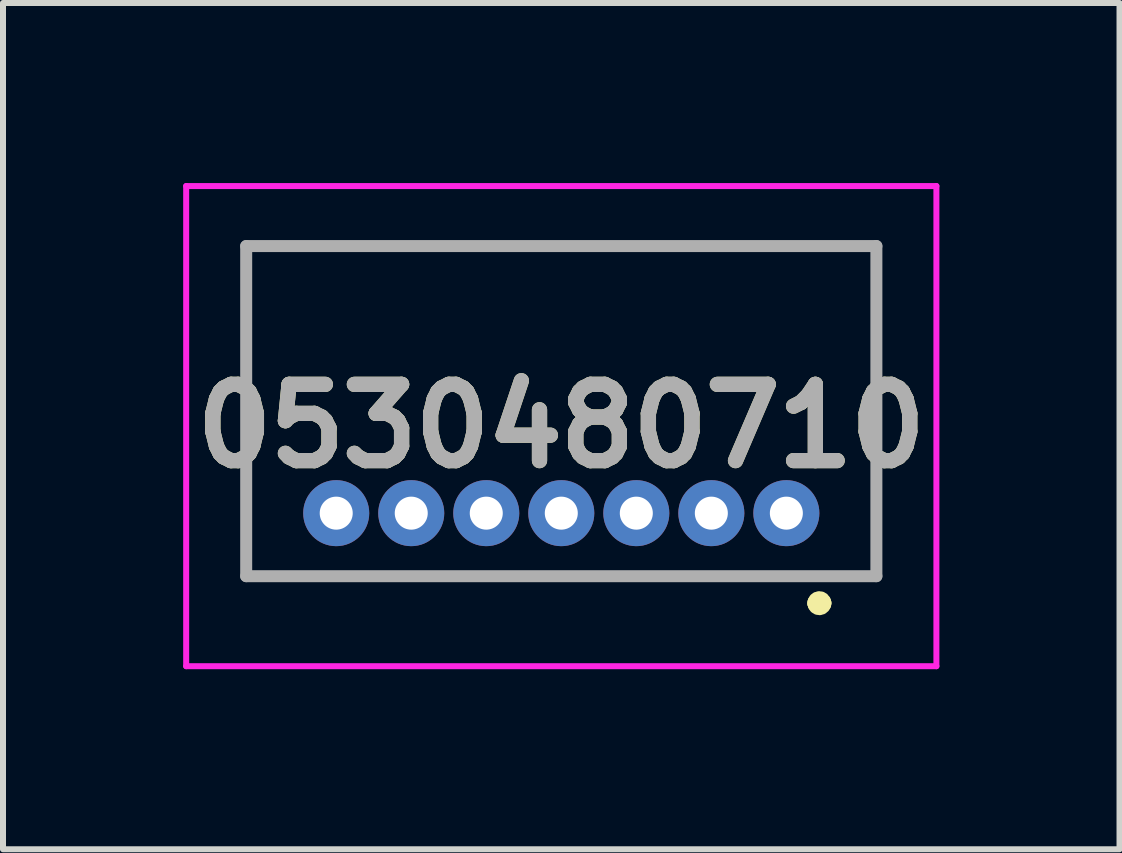
<source format=kicad_pcb>
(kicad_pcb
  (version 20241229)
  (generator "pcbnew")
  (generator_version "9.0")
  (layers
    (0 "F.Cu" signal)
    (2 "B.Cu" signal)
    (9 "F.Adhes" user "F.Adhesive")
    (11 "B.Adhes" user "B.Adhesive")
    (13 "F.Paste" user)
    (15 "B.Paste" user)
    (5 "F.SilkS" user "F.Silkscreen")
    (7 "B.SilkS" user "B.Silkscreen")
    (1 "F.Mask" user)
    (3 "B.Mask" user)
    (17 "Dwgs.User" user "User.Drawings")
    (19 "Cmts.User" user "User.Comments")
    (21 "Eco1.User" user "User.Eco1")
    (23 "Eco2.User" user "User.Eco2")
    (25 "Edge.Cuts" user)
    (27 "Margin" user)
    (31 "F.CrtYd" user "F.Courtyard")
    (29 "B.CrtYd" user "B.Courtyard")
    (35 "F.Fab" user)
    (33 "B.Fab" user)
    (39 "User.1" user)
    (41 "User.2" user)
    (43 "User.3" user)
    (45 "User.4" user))
  (footprint "0530480710"
    (layer "F.Cu")
    (at 10.052 5.5)
    (property "Reference" "0530480710" (at -3.75 -1.45 0) (layer "F.SilkS") (effects (font (size 1.27 1.27) (thickness 0.254))))
    (attr through_hole)
    (fp_line (start -9 -4.45) (end -9 1.05) (stroke (width 0.1) (type solid)) (layer "F.SilkS"))
    (fp_line (start -9 1.05) (end 1.5 1.05) (stroke (width 0.1) (type solid)) (layer "F.SilkS"))
    (fp_line (start 0.5 1.5) (end 0.5 1.5) (stroke (width 0.3) (type solid)) (layer "F.SilkS"))
    (fp_line (start 0.6 1.5) (end 0.6 1.5) (stroke (width 0.3) (type solid)) (layer "F.SilkS"))
    (fp_line (start 1.5 -4.45) (end -9 -4.45) (stroke (width 0.1) (type solid)) (layer "F.SilkS"))
    (fp_line (start 1.5 1.05) (end 1.5 -4.45) (stroke (width 0.1) (type solid)) (layer "F.SilkS"))
    (fp_arc (start 0.5 1.5) (mid 0.55 1.45) (end 0.6 1.5) (stroke (width 0.3) (type solid)) (layer "F.SilkS"))
    (fp_arc (start 0.6 1.5) (mid 0.55 1.55) (end 0.5 1.5) (stroke (width 0.3) (type solid)) (layer "F.SilkS"))
    (fp_line (start -10 -5.45) (end -10 2.55) (stroke (width 0.1) (type solid)) (layer "F.CrtYd"))
    (fp_line (start -10 2.55) (end 2.5 2.55) (stroke (width 0.1) (type solid)) (layer "F.CrtYd"))
    (fp_line (start 2.5 -5.45) (end -10 -5.45) (stroke (width 0.1) (type solid)) (layer "F.CrtYd"))
    (fp_line (start 2.5 2.55) (end 2.5 -5.45) (stroke (width 0.1) (type solid)) (layer "F.CrtYd"))
    (fp_line (start -9 -4.45) (end -9 1.05) (stroke (width 0.2) (type solid)) (layer "F.Fab"))
    (fp_line (start -9 1.05) (end 1.5 1.05) (stroke (width 0.2) (type solid)) (layer "F.Fab"))
    (fp_line (start 1.5 -4.45) (end -9 -4.45) (stroke (width 0.2) (type solid)) (layer "F.Fab"))
    (fp_line (start 1.5 1.05) (end 1.5 -4.45) (stroke (width 0.2) (type solid)) (layer "F.Fab"))
    (fp_text user "${REFERENCE}" (at -3.75 -1.45 0) (layer "F.Fab") (effects (font (size 1.27 1.27) (thickness 0.254))))
    (pad "1" thru_hole circle (at 0 0) (size 1.1 1.1) (drill 0.55) (layers "*.Cu" "*.Mask"))
    (pad "2" thru_hole circle (at -1.25 0) (size 1.1 1.1) (drill 0.55) (layers "*.Cu" "*.Mask"))
    (pad "3" thru_hole circle (at -2.5 0) (size 1.1 1.1) (drill 0.55) (layers "*.Cu" "*.Mask"))
    (pad "4" thru_hole circle (at -3.75 0) (size 1.1 1.1) (drill 0.55) (layers "*.Cu" "*.Mask"))
    (pad "5" thru_hole circle (at -5 0) (size 1.1 1.1) (drill 0.55) (layers "*.Cu" "*.Mask"))
    (pad "6" thru_hole circle (at -6.25 0) (size 1.1 1.1) (drill 0.55) (layers "*.Cu" "*.Mask"))
    (pad "7" thru_hole circle (at -7.5 0) (size 1.1 1.1) (drill 0.55) (layers "*.Cu" "*.Mask")))
  (gr_rect
    (start -3 -3)
    (end 15.603 11.1)
    (stroke (width 0.1) (type default))
    (fill no)
    (layer "Edge.Cuts")))
</source>
